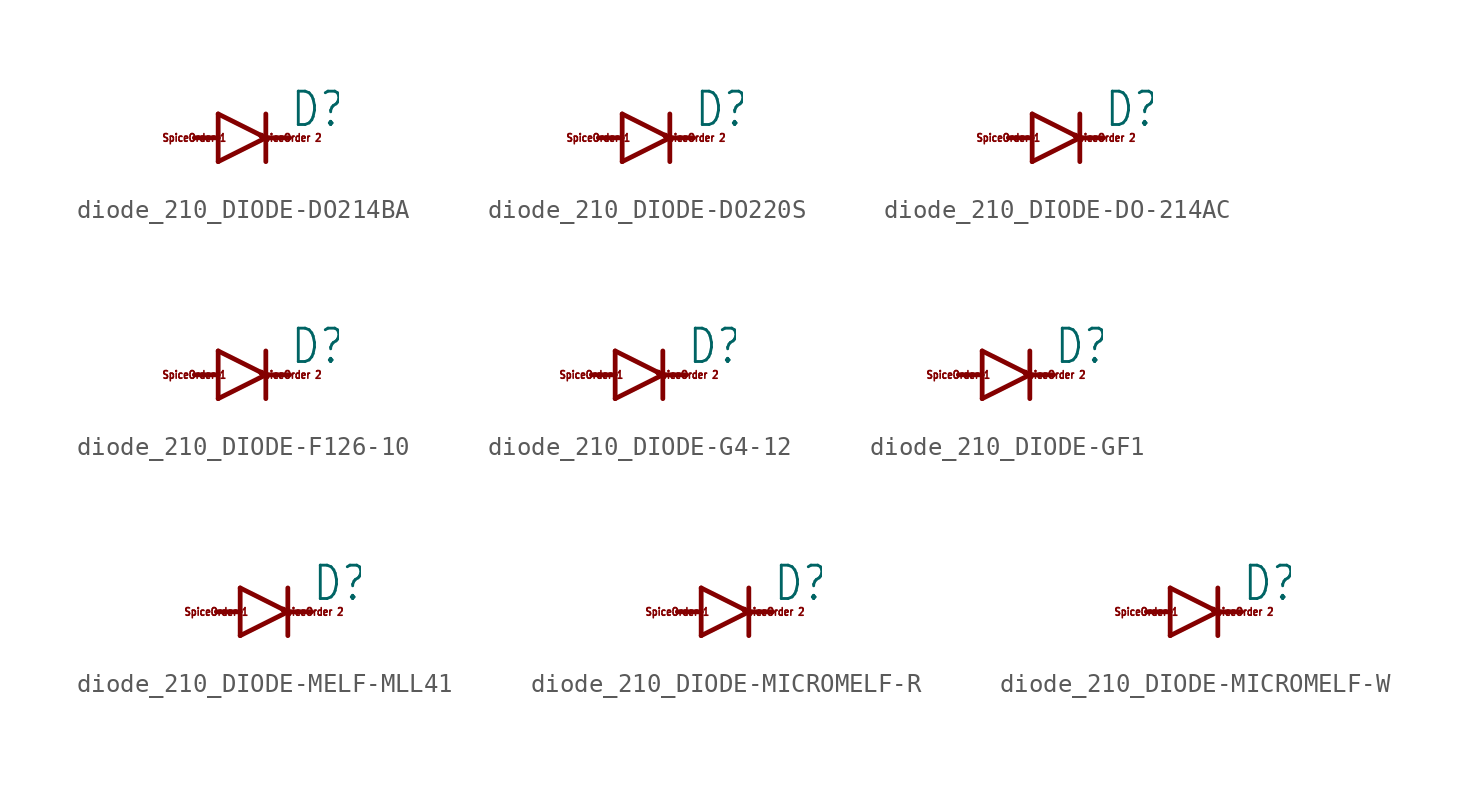
<source format=kicad_sym>
(kicad_symbol_lib
  (version 20241209)
  (generator "kicad_symbol_editor")
  (generator_version "9.0")
  (symbol "diode_210_DIODE-DO214BA"
    (property "Reference" "D"
      (at 2.54 0.483 0)
      (effects (font (size 1.778 1.511)) (justify left bottom)))
    (property "Value" ""
      (at 2.54 -2.311 0)
      (effects (font (size 1.778 1.511)) (justify left bottom)))
    (property "ki_locked" ""
      (at 0 0 0)
      (effects (font (size 1.27 1.27))))
    (symbol "diode_210_DIODE-DO214BA_1_0"
      (polyline (pts (xy -1.27 1.27) (xy -1.27 0)) (stroke (width 0.254) (type solid)) (fill (type none)))
      (polyline (pts (xy -1.27 0) (xy -2.54 0)) (stroke (width 0.254) (type solid)) (fill (type none)))
      (polyline (pts (xy -1.27 0) (xy -1.27 -1.27)) (stroke (width 0.254) (type solid)) (fill (type none)))
      (polyline (pts (xy -1.27 -1.27) (xy 1.27 0)) (stroke (width 0.254) (type solid)) (fill (type none)))
      (polyline (pts (xy 1.27 1.27) (xy 1.27 0)) (stroke (width 0.254) (type solid)) (fill (type none)))
      (polyline (pts (xy 1.27 0) (xy -1.27 1.27)) (stroke (width 0.254) (type solid)) (fill (type none)))
      (polyline (pts (xy 1.27 0) (xy 1.27 -1.27)) (stroke (width 0.254) (type solid)) (fill (type none)))
      (polyline (pts (xy 2.54 0) (xy 1.27 0)) (stroke (width 0.254) (type solid)) (fill (type none)))
      (text "SpiceOrder 1" (at -2.54 0 0) (effects (font (size 0.406 0.345))))
      (text "SpiceOrder 2" (at 2.54 0 0) (effects (font (size 0.406 0.345))))
      (pin passive line (at -2.54 0 0) (length 0) (name "A" (effects (font (size 0 0)))) (number "A" (effects (font (size 0 0)))))
      (pin passive line (at 2.54 0 180) (length 0) (name "C" (effects (font (size 0 0)))) (number "C" (effects (font (size 0 0)))))))
  (symbol "diode_210_DIODE-DO220S"
    (property "Reference" "D"
      (at 2.54 0.483 0)
      (effects (font (size 1.778 1.511)) (justify left bottom)))
    (property "Value" ""
      (at 2.54 -2.311 0)
      (effects (font (size 1.778 1.511)) (justify left bottom)))
    (property "ki_locked" ""
      (at 0 0 0)
      (effects (font (size 1.27 1.27))))
    (symbol "diode_210_DIODE-DO220S_1_0"
      (polyline (pts (xy -1.27 1.27) (xy -1.27 0)) (stroke (width 0.254) (type solid)) (fill (type none)))
      (polyline (pts (xy -1.27 0) (xy -2.54 0)) (stroke (width 0.254) (type solid)) (fill (type none)))
      (polyline (pts (xy -1.27 0) (xy -1.27 -1.27)) (stroke (width 0.254) (type solid)) (fill (type none)))
      (polyline (pts (xy -1.27 -1.27) (xy 1.27 0)) (stroke (width 0.254) (type solid)) (fill (type none)))
      (polyline (pts (xy 1.27 1.27) (xy 1.27 0)) (stroke (width 0.254) (type solid)) (fill (type none)))
      (polyline (pts (xy 1.27 0) (xy -1.27 1.27)) (stroke (width 0.254) (type solid)) (fill (type none)))
      (polyline (pts (xy 1.27 0) (xy 1.27 -1.27)) (stroke (width 0.254) (type solid)) (fill (type none)))
      (polyline (pts (xy 2.54 0) (xy 1.27 0)) (stroke (width 0.254) (type solid)) (fill (type none)))
      (text "SpiceOrder 1" (at -2.54 0 0) (effects (font (size 0.406 0.345))))
      (text "SpiceOrder 2" (at 2.54 0 0) (effects (font (size 0.406 0.345))))
      (pin passive line (at -2.54 0 0) (length 0) (name "A" (effects (font (size 0 0)))) (number "A" (effects (font (size 0 0)))))
      (pin passive line (at 2.54 0 180) (length 0) (name "C" (effects (font (size 0 0)))) (number "C" (effects (font (size 0 0)))))))
  (symbol "diode_210_DIODE-DO-214AC"
    (property "Reference" "D"
      (at 2.54 0.483 0)
      (effects (font (size 1.778 1.511)) (justify left bottom)))
    (property "Value" ""
      (at 2.54 -2.311 0)
      (effects (font (size 1.778 1.511)) (justify left bottom)))
    (property "ki_locked" ""
      (at 0 0 0)
      (effects (font (size 1.27 1.27))))
    (symbol "diode_210_DIODE-DO-214AC_1_0"
      (polyline (pts (xy -1.27 1.27) (xy -1.27 0)) (stroke (width 0.254) (type solid)) (fill (type none)))
      (polyline (pts (xy -1.27 0) (xy -2.54 0)) (stroke (width 0.254) (type solid)) (fill (type none)))
      (polyline (pts (xy -1.27 0) (xy -1.27 -1.27)) (stroke (width 0.254) (type solid)) (fill (type none)))
      (polyline (pts (xy -1.27 -1.27) (xy 1.27 0)) (stroke (width 0.254) (type solid)) (fill (type none)))
      (polyline (pts (xy 1.27 1.27) (xy 1.27 0)) (stroke (width 0.254) (type solid)) (fill (type none)))
      (polyline (pts (xy 1.27 0) (xy -1.27 1.27)) (stroke (width 0.254) (type solid)) (fill (type none)))
      (polyline (pts (xy 1.27 0) (xy 1.27 -1.27)) (stroke (width 0.254) (type solid)) (fill (type none)))
      (polyline (pts (xy 2.54 0) (xy 1.27 0)) (stroke (width 0.254) (type solid)) (fill (type none)))
      (text "SpiceOrder 1" (at -2.54 0 0) (effects (font (size 0.406 0.345))))
      (text "SpiceOrder 2" (at 2.54 0 0) (effects (font (size 0.406 0.345))))
      (pin passive line (at -2.54 0 0) (length 0) (name "A" (effects (font (size 0 0)))) (number "A" (effects (font (size 0 0)))))
      (pin passive line (at 2.54 0 180) (length 0) (name "C" (effects (font (size 0 0)))) (number "C" (effects (font (size 0 0)))))))
  (symbol "diode_210_DIODE-F126-10"
    (property "Reference" "D"
      (at 2.54 0.483 0)
      (effects (font (size 1.778 1.511)) (justify left bottom)))
    (property "Value" ""
      (at 2.54 -2.311 0)
      (effects (font (size 1.778 1.511)) (justify left bottom)))
    (property "ki_locked" ""
      (at 0 0 0)
      (effects (font (size 1.27 1.27))))
    (symbol "diode_210_DIODE-F126-10_1_0"
      (polyline (pts (xy -1.27 1.27) (xy -1.27 0)) (stroke (width 0.254) (type solid)) (fill (type none)))
      (polyline (pts (xy -1.27 0) (xy -2.54 0)) (stroke (width 0.254) (type solid)) (fill (type none)))
      (polyline (pts (xy -1.27 0) (xy -1.27 -1.27)) (stroke (width 0.254) (type solid)) (fill (type none)))
      (polyline (pts (xy -1.27 -1.27) (xy 1.27 0)) (stroke (width 0.254) (type solid)) (fill (type none)))
      (polyline (pts (xy 1.27 1.27) (xy 1.27 0)) (stroke (width 0.254) (type solid)) (fill (type none)))
      (polyline (pts (xy 1.27 0) (xy -1.27 1.27)) (stroke (width 0.254) (type solid)) (fill (type none)))
      (polyline (pts (xy 1.27 0) (xy 1.27 -1.27)) (stroke (width 0.254) (type solid)) (fill (type none)))
      (polyline (pts (xy 2.54 0) (xy 1.27 0)) (stroke (width 0.254) (type solid)) (fill (type none)))
      (text "SpiceOrder 1" (at -2.54 0 0) (effects (font (size 0.406 0.345))))
      (text "SpiceOrder 2" (at 2.54 0 0) (effects (font (size 0.406 0.345))))
      (pin passive line (at -2.54 0 0) (length 0) (name "A" (effects (font (size 0 0)))) (number "A" (effects (font (size 0 0)))))
      (pin passive line (at 2.54 0 180) (length 0) (name "C" (effects (font (size 0 0)))) (number "C" (effects (font (size 0 0)))))))
  (symbol "diode_210_DIODE-G4-12"
    (property "Reference" "D"
      (at 2.54 0.483 0)
      (effects (font (size 1.778 1.511)) (justify left bottom)))
    (property "Value" ""
      (at 2.54 -2.311 0)
      (effects (font (size 1.778 1.511)) (justify left bottom)))
    (property "ki_locked" ""
      (at 0 0 0)
      (effects (font (size 1.27 1.27))))
    (symbol "diode_210_DIODE-G4-12_1_0"
      (polyline (pts (xy -1.27 1.27) (xy -1.27 0)) (stroke (width 0.254) (type solid)) (fill (type none)))
      (polyline (pts (xy -1.27 0) (xy -2.54 0)) (stroke (width 0.254) (type solid)) (fill (type none)))
      (polyline (pts (xy -1.27 0) (xy -1.27 -1.27)) (stroke (width 0.254) (type solid)) (fill (type none)))
      (polyline (pts (xy -1.27 -1.27) (xy 1.27 0)) (stroke (width 0.254) (type solid)) (fill (type none)))
      (polyline (pts (xy 1.27 1.27) (xy 1.27 0)) (stroke (width 0.254) (type solid)) (fill (type none)))
      (polyline (pts (xy 1.27 0) (xy -1.27 1.27)) (stroke (width 0.254) (type solid)) (fill (type none)))
      (polyline (pts (xy 1.27 0) (xy 1.27 -1.27)) (stroke (width 0.254) (type solid)) (fill (type none)))
      (polyline (pts (xy 2.54 0) (xy 1.27 0)) (stroke (width 0.254) (type solid)) (fill (type none)))
      (text "SpiceOrder 1" (at -2.54 0 0) (effects (font (size 0.406 0.345))))
      (text "SpiceOrder 2" (at 2.54 0 0) (effects (font (size 0.406 0.345))))
      (pin passive line (at -2.54 0 0) (length 0) (name "A" (effects (font (size 0 0)))) (number "A" (effects (font (size 0 0)))))
      (pin passive line (at 2.54 0 180) (length 0) (name "C" (effects (font (size 0 0)))) (number "C" (effects (font (size 0 0)))))))
  (symbol "diode_210_DIODE-GF1"
    (property "Reference" "D"
      (at 2.54 0.483 0)
      (effects (font (size 1.778 1.511)) (justify left bottom)))
    (property "Value" ""
      (at 2.54 -2.311 0)
      (effects (font (size 1.778 1.511)) (justify left bottom)))
    (property "ki_locked" ""
      (at 0 0 0)
      (effects (font (size 1.27 1.27))))
    (symbol "diode_210_DIODE-GF1_1_0"
      (polyline (pts (xy -1.27 1.27) (xy -1.27 0)) (stroke (width 0.254) (type solid)) (fill (type none)))
      (polyline (pts (xy -1.27 0) (xy -2.54 0)) (stroke (width 0.254) (type solid)) (fill (type none)))
      (polyline (pts (xy -1.27 0) (xy -1.27 -1.27)) (stroke (width 0.254) (type solid)) (fill (type none)))
      (polyline (pts (xy -1.27 -1.27) (xy 1.27 0)) (stroke (width 0.254) (type solid)) (fill (type none)))
      (polyline (pts (xy 1.27 1.27) (xy 1.27 0)) (stroke (width 0.254) (type solid)) (fill (type none)))
      (polyline (pts (xy 1.27 0) (xy -1.27 1.27)) (stroke (width 0.254) (type solid)) (fill (type none)))
      (polyline (pts (xy 1.27 0) (xy 1.27 -1.27)) (stroke (width 0.254) (type solid)) (fill (type none)))
      (polyline (pts (xy 2.54 0) (xy 1.27 0)) (stroke (width 0.254) (type solid)) (fill (type none)))
      (text "SpiceOrder 1" (at -2.54 0 0) (effects (font (size 0.406 0.345))))
      (text "SpiceOrder 2" (at 2.54 0 0) (effects (font (size 0.406 0.345))))
      (pin passive line (at -2.54 0 0) (length 0) (name "A" (effects (font (size 0 0)))) (number "A" (effects (font (size 0 0)))))
      (pin passive line (at 2.54 0 180) (length 0) (name "C" (effects (font (size 0 0)))) (number "C" (effects (font (size 0 0)))))))
  (symbol "diode_210_DIODE-MELF-MLL41"
    (property "Reference" "D"
      (at 2.54 0.483 0)
      (effects (font (size 1.778 1.511)) (justify left bottom)))
    (property "Value" ""
      (at 2.54 -2.311 0)
      (effects (font (size 1.778 1.511)) (justify left bottom)))
    (property "ki_locked" ""
      (at 0 0 0)
      (effects (font (size 1.27 1.27))))
    (symbol "diode_210_DIODE-MELF-MLL41_1_0"
      (polyline (pts (xy -1.27 1.27) (xy -1.27 0)) (stroke (width 0.254) (type solid)) (fill (type none)))
      (polyline (pts (xy -1.27 0) (xy -2.54 0)) (stroke (width 0.254) (type solid)) (fill (type none)))
      (polyline (pts (xy -1.27 0) (xy -1.27 -1.27)) (stroke (width 0.254) (type solid)) (fill (type none)))
      (polyline (pts (xy -1.27 -1.27) (xy 1.27 0)) (stroke (width 0.254) (type solid)) (fill (type none)))
      (polyline (pts (xy 1.27 1.27) (xy 1.27 0)) (stroke (width 0.254) (type solid)) (fill (type none)))
      (polyline (pts (xy 1.27 0) (xy -1.27 1.27)) (stroke (width 0.254) (type solid)) (fill (type none)))
      (polyline (pts (xy 1.27 0) (xy 1.27 -1.27)) (stroke (width 0.254) (type solid)) (fill (type none)))
      (polyline (pts (xy 2.54 0) (xy 1.27 0)) (stroke (width 0.254) (type solid)) (fill (type none)))
      (text "SpiceOrder 1" (at -2.54 0 0) (effects (font (size 0.406 0.345))))
      (text "SpiceOrder 2" (at 2.54 0 0) (effects (font (size 0.406 0.345))))
      (pin passive line (at -2.54 0 0) (length 0) (name "A" (effects (font (size 0 0)))) (number "A" (effects (font (size 0 0)))))
      (pin passive line (at 2.54 0 180) (length 0) (name "C" (effects (font (size 0 0)))) (number "C" (effects (font (size 0 0)))))))
  (symbol "diode_210_DIODE-MICROMELF-R"
    (property "Reference" "D"
      (at 2.54 0.483 0)
      (effects (font (size 1.778 1.511)) (justify left bottom)))
    (property "Value" ""
      (at 2.54 -2.311 0)
      (effects (font (size 1.778 1.511)) (justify left bottom)))
    (property "ki_locked" ""
      (at 0 0 0)
      (effects (font (size 1.27 1.27))))
    (symbol "diode_210_DIODE-MICROMELF-R_1_0"
      (polyline (pts (xy -1.27 1.27) (xy -1.27 0)) (stroke (width 0.254) (type solid)) (fill (type none)))
      (polyline (pts (xy -1.27 0) (xy -2.54 0)) (stroke (width 0.254) (type solid)) (fill (type none)))
      (polyline (pts (xy -1.27 0) (xy -1.27 -1.27)) (stroke (width 0.254) (type solid)) (fill (type none)))
      (polyline (pts (xy -1.27 -1.27) (xy 1.27 0)) (stroke (width 0.254) (type solid)) (fill (type none)))
      (polyline (pts (xy 1.27 1.27) (xy 1.27 0)) (stroke (width 0.254) (type solid)) (fill (type none)))
      (polyline (pts (xy 1.27 0) (xy -1.27 1.27)) (stroke (width 0.254) (type solid)) (fill (type none)))
      (polyline (pts (xy 1.27 0) (xy 1.27 -1.27)) (stroke (width 0.254) (type solid)) (fill (type none)))
      (polyline (pts (xy 2.54 0) (xy 1.27 0)) (stroke (width 0.254) (type solid)) (fill (type none)))
      (text "SpiceOrder 1" (at -2.54 0 0) (effects (font (size 0.406 0.345))))
      (text "SpiceOrder 2" (at 2.54 0 0) (effects (font (size 0.406 0.345))))
      (pin passive line (at -2.54 0 0) (length 0) (name "A" (effects (font (size 0 0)))) (number "A" (effects (font (size 0 0)))))
      (pin passive line (at 2.54 0 180) (length 0) (name "C" (effects (font (size 0 0)))) (number "C" (effects (font (size 0 0)))))))
  (symbol "diode_210_DIODE-MICROMELF-W"
    (property "Reference" "D"
      (at 2.54 0.483 0)
      (effects (font (size 1.778 1.511)) (justify left bottom)))
    (property "Value" ""
      (at 2.54 -2.311 0)
      (effects (font (size 1.778 1.511)) (justify left bottom)))
    (property "ki_locked" ""
      (at 0 0 0)
      (effects (font (size 1.27 1.27))))
    (symbol "diode_210_DIODE-MICROMELF-W_1_0"
      (polyline (pts (xy -1.27 1.27) (xy -1.27 0)) (stroke (width 0.254) (type solid)) (fill (type none)))
      (polyline (pts (xy -1.27 0) (xy -2.54 0)) (stroke (width 0.254) (type solid)) (fill (type none)))
      (polyline (pts (xy -1.27 0) (xy -1.27 -1.27)) (stroke (width 0.254) (type solid)) (fill (type none)))
      (polyline (pts (xy -1.27 -1.27) (xy 1.27 0)) (stroke (width 0.254) (type solid)) (fill (type none)))
      (polyline (pts (xy 1.27 1.27) (xy 1.27 0)) (stroke (width 0.254) (type solid)) (fill (type none)))
      (polyline (pts (xy 1.27 0) (xy -1.27 1.27)) (stroke (width 0.254) (type solid)) (fill (type none)))
      (polyline (pts (xy 1.27 0) (xy 1.27 -1.27)) (stroke (width 0.254) (type solid)) (fill (type none)))
      (polyline (pts (xy 2.54 0) (xy 1.27 0)) (stroke (width 0.254) (type solid)) (fill (type none)))
      (text "SpiceOrder 1" (at -2.54 0 0) (effects (font (size 0.406 0.345))))
      (text "SpiceOrder 2" (at 2.54 0 0) (effects (font (size 0.406 0.345))))
      (pin passive line (at -2.54 0 0) (length 0) (name "A" (effects (font (size 0 0)))) (number "A" (effects (font (size 0 0)))))
      (pin passive line (at 2.54 0 180) (length 0) (name "C" (effects (font (size 0 0)))) (number "C" (effects (font (size 0 0))))))))
</source>
